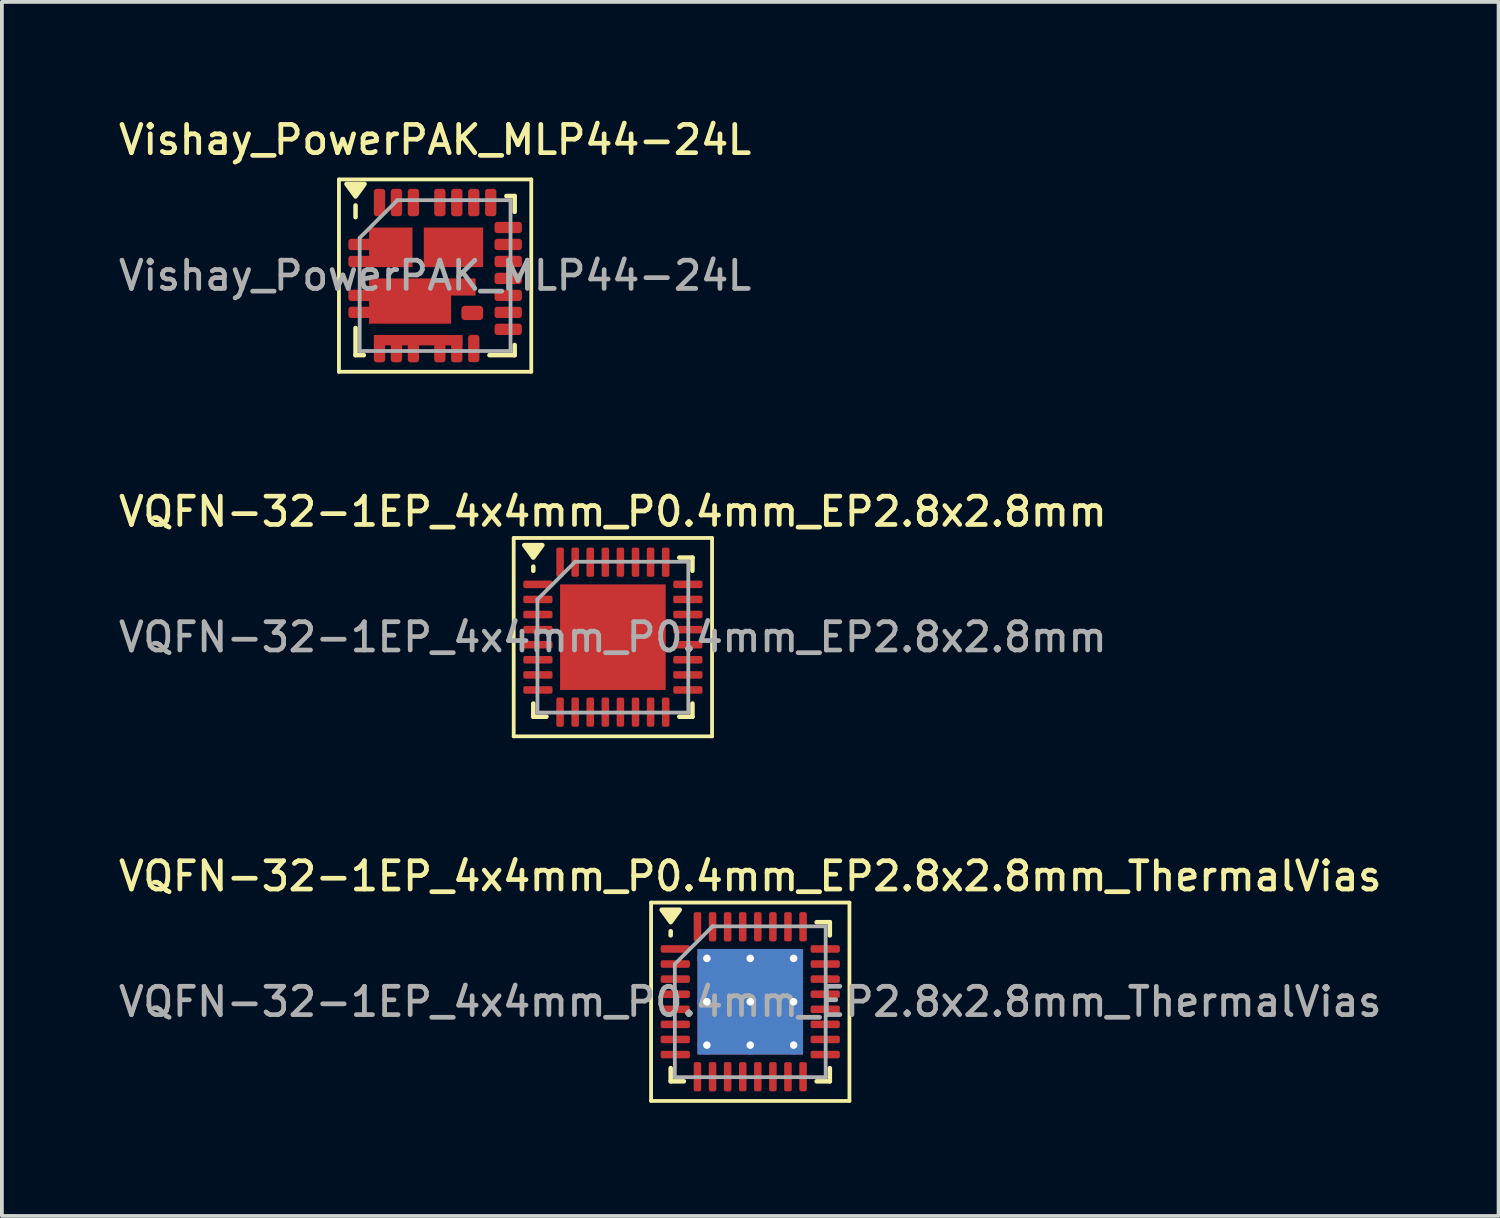
<source format=kicad_pcb>
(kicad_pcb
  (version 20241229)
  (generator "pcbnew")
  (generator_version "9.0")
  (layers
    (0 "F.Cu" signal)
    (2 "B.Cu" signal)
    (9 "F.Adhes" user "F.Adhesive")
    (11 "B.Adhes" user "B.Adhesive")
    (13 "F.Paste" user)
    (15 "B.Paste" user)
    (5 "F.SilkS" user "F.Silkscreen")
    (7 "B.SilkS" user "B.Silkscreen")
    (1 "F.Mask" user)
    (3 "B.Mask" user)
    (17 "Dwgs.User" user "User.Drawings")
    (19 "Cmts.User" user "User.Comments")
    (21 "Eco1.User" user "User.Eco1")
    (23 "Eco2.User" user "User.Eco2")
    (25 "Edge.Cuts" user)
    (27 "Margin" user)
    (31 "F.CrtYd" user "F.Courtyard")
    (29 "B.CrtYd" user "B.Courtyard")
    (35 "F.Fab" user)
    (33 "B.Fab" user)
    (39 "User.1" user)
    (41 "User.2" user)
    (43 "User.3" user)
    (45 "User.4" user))
  (footprint "VQFN-32-1EP_4x4mm_P0.4mm_EP2.8x2.8mm_ThermalVias"
    (layer "F.Cu")
    (at 16.845 23.514)
    (property "Reference" "VQFN-32-1EP_4x4mm_P0.4mm_EP2.8x2.8mm_ThermalVias" (at 0 -3.33 0) (layer "F.SilkS") (effects (font (size 0.75 0.75) (thickness 0.125))))
    (attr smd)
    (fp_line (start -2.63 -2.63) (end -2.63 2.63) (stroke (width 0.1) (type solid)) (layer "F.SilkS"))
    (fp_line (start -2.63 2.63) (end 2.63 2.63) (stroke (width 0.1) (type solid)) (layer "F.SilkS"))
    (fp_line (start -2.11 -1.76) (end -2.11 -1.87) (stroke (width 0.12) (type solid)) (layer "F.SilkS"))
    (fp_line (start -2.11 2.11) (end -2.11 1.76) (stroke (width 0.12) (type solid)) (layer "F.SilkS"))
    (fp_line (start -1.76 2.11) (end -2.11 2.11) (stroke (width 0.12) (type solid)) (layer "F.SilkS"))
    (fp_line (start 1.76 -2.11) (end 2.11 -2.11) (stroke (width 0.12) (type solid)) (layer "F.SilkS"))
    (fp_line (start 1.76 2.11) (end 2.11 2.11) (stroke (width 0.12) (type solid)) (layer "F.SilkS"))
    (fp_line (start 2.11 -2.11) (end 2.11 -1.76) (stroke (width 0.12) (type solid)) (layer "F.SilkS"))
    (fp_line (start 2.11 2.11) (end 2.11 1.76) (stroke (width 0.12) (type solid)) (layer "F.SilkS"))
    (fp_line (start 2.63 -2.63) (end -2.63 -2.63) (stroke (width 0.1) (type solid)) (layer "F.SilkS"))
    (fp_line (start 2.63 2.63) (end 2.63 -2.63) (stroke (width 0.1) (type solid)) (layer "F.SilkS"))
    (fp_poly (pts (xy -2.11 -2.11) (xy -2.35 -2.44) (xy -1.87 -2.44) (xy -2.11 -2.11)) (stroke (width 0.12) (type solid)) (fill yes) (layer "F.SilkS"))
    (fp_line (start -2 -1) (end -1 -2) (stroke (width 0.1) (type solid)) (layer "F.Fab"))
    (fp_line (start -2 2) (end -2 -1) (stroke (width 0.1) (type solid)) (layer "F.Fab"))
    (fp_line (start -1 -2) (end 2 -2) (stroke (width 0.1) (type solid)) (layer "F.Fab"))
    (fp_line (start 2 -2) (end 2 2) (stroke (width 0.1) (type solid)) (layer "F.Fab"))
    (fp_line (start 2 2) (end -2 2) (stroke (width 0.1) (type solid)) (layer "F.Fab"))
    (fp_text user "${REFERENCE}" (at 0 0 0) (layer "F.Fab") (effects (font (size 0.75 0.75) (thickness 0.125))))
    (pad "" smd roundrect (at -0.7 -0.7) (size 1.17 1.17) (layers "F.Paste") (roundrect_rratio 0.214))
    (pad "" smd roundrect (at -0.7 0.7) (size 1.17 1.17) (layers "F.Paste") (roundrect_rratio 0.214))
    (pad "" smd roundrect (at 0.7 -0.7) (size 1.17 1.17) (layers "F.Paste") (roundrect_rratio 0.214))
    (pad "" smd roundrect (at 0.7 0.7) (size 1.17 1.17) (layers "F.Paste") (roundrect_rratio 0.214))
    (pad "1" smd roundrect (at -1.988 -1.4) (size 0.775 0.2) (layers "F.Cu" "F.Mask" "F.Paste") (roundrect_rratio 0.25))
    (pad "2" smd roundrect (at -1.988 -1) (size 0.775 0.2) (layers "F.Cu" "F.Mask" "F.Paste") (roundrect_rratio 0.25))
    (pad "3" smd roundrect (at -1.988 -0.6) (size 0.775 0.2) (layers "F.Cu" "F.Mask" "F.Paste") (roundrect_rratio 0.25))
    (pad "4" smd roundrect (at -1.988 -0.2) (size 0.775 0.2) (layers "F.Cu" "F.Mask" "F.Paste") (roundrect_rratio 0.25))
    (pad "5" smd roundrect (at -1.988 0.2) (size 0.775 0.2) (layers "F.Cu" "F.Mask" "F.Paste") (roundrect_rratio 0.25))
    (pad "6" smd roundrect (at -1.988 0.6) (size 0.775 0.2) (layers "F.Cu" "F.Mask" "F.Paste") (roundrect_rratio 0.25))
    (pad "7" smd roundrect (at -1.988 1) (size 0.775 0.2) (layers "F.Cu" "F.Mask" "F.Paste") (roundrect_rratio 0.25))
    (pad "8" smd roundrect (at -1.988 1.4) (size 0.775 0.2) (layers "F.Cu" "F.Mask" "F.Paste") (roundrect_rratio 0.25))
    (pad "9" smd roundrect (at -1.4 1.988) (size 0.2 0.775) (layers "F.Cu" "F.Mask" "F.Paste") (roundrect_rratio 0.25))
    (pad "10" smd roundrect (at -1 1.988) (size 0.2 0.775) (layers "F.Cu" "F.Mask" "F.Paste") (roundrect_rratio 0.25))
    (pad "11" smd roundrect (at -0.6 1.988) (size 0.2 0.775) (layers "F.Cu" "F.Mask" "F.Paste") (roundrect_rratio 0.25))
    (pad "12" smd roundrect (at -0.2 1.988) (size 0.2 0.775) (layers "F.Cu" "F.Mask" "F.Paste") (roundrect_rratio 0.25))
    (pad "13" smd roundrect (at 0.2 1.988) (size 0.2 0.775) (layers "F.Cu" "F.Mask" "F.Paste") (roundrect_rratio 0.25))
    (pad "14" smd roundrect (at 0.6 1.988) (size 0.2 0.775) (layers "F.Cu" "F.Mask" "F.Paste") (roundrect_rratio 0.25))
    (pad "15" smd roundrect (at 1 1.988) (size 0.2 0.775) (layers "F.Cu" "F.Mask" "F.Paste") (roundrect_rratio 0.25))
    (pad "16" smd roundrect (at 1.4 1.988) (size 0.2 0.775) (layers "F.Cu" "F.Mask" "F.Paste") (roundrect_rratio 0.25))
    (pad "17" smd roundrect (at 1.988 1.4) (size 0.775 0.2) (layers "F.Cu" "F.Mask" "F.Paste") (roundrect_rratio 0.25))
    (pad "18" smd roundrect (at 1.988 1) (size 0.775 0.2) (layers "F.Cu" "F.Mask" "F.Paste") (roundrect_rratio 0.25))
    (pad "19" smd roundrect (at 1.988 0.6) (size 0.775 0.2) (layers "F.Cu" "F.Mask" "F.Paste") (roundrect_rratio 0.25))
    (pad "20" smd roundrect (at 1.988 0.2) (size 0.775 0.2) (layers "F.Cu" "F.Mask" "F.Paste") (roundrect_rratio 0.25))
    (pad "21" smd roundrect (at 1.988 -0.2) (size 0.775 0.2) (layers "F.Cu" "F.Mask" "F.Paste") (roundrect_rratio 0.25))
    (pad "22" smd roundrect (at 1.988 -0.6) (size 0.775 0.2) (layers "F.Cu" "F.Mask" "F.Paste") (roundrect_rratio 0.25))
    (pad "23" smd roundrect (at 1.988 -1) (size 0.775 0.2) (layers "F.Cu" "F.Mask" "F.Paste") (roundrect_rratio 0.25))
    (pad "24" smd roundrect (at 1.988 -1.4) (size 0.775 0.2) (layers "F.Cu" "F.Mask" "F.Paste") (roundrect_rratio 0.25))
    (pad "25" smd roundrect (at 1.4 -1.988) (size 0.2 0.775) (layers "F.Cu" "F.Mask" "F.Paste") (roundrect_rratio 0.25))
    (pad "26" smd roundrect (at 1 -1.988) (size 0.2 0.775) (layers "F.Cu" "F.Mask" "F.Paste") (roundrect_rratio 0.25))
    (pad "27" smd roundrect (at 0.6 -1.988) (size 0.2 0.775) (layers "F.Cu" "F.Mask" "F.Paste") (roundrect_rratio 0.25))
    (pad "28" smd roundrect (at 0.2 -1.988) (size 0.2 0.775) (layers "F.Cu" "F.Mask" "F.Paste") (roundrect_rratio 0.25))
    (pad "29" smd roundrect (at -0.2 -1.988) (size 0.2 0.775) (layers "F.Cu" "F.Mask" "F.Paste") (roundrect_rratio 0.25))
    (pad "30" smd roundrect (at -0.6 -1.988) (size 0.2 0.775) (layers "F.Cu" "F.Mask" "F.Paste") (roundrect_rratio 0.25))
    (pad "31" smd roundrect (at -1 -1.988) (size 0.2 0.775) (layers "F.Cu" "F.Mask" "F.Paste") (roundrect_rratio 0.25))
    (pad "32" smd roundrect (at -1.4 -1.988) (size 0.2 0.775) (layers "F.Cu" "F.Mask" "F.Paste") (roundrect_rratio 0.25))
    (pad "33" thru_hole circle (at -1.15 -1.15) (size 0.5 0.5) (drill 0.2) (property pad_prop_heatsink) (layers "*.Cu"))
    (pad "33" thru_hole circle (at -1.15 0) (size 0.5 0.5) (drill 0.2) (property pad_prop_heatsink) (layers "*.Cu"))
    (pad "33" thru_hole circle (at -1.15 1.15) (size 0.5 0.5) (drill 0.2) (property pad_prop_heatsink) (layers "*.Cu"))
    (pad "33" thru_hole circle (at 0 -1.15) (size 0.5 0.5) (drill 0.2) (property pad_prop_heatsink) (layers "*.Cu"))
    (pad "33" thru_hole circle (at 0 0) (size 0.5 0.5) (drill 0.2) (property pad_prop_heatsink) (layers "*.Cu"))
    (pad "33" smd rect (at 0 0) (size 2.8 2.8) (property pad_prop_heatsink) (layers "F.Cu" "F.Mask"))
    (pad "33" smd rect (at 0 0) (size 2.8 2.8) (property pad_prop_heatsink) (layers "B.Cu"))
    (pad "33" thru_hole circle (at 0 1.15) (size 0.5 0.5) (drill 0.2) (property pad_prop_heatsink) (layers "*.Cu"))
    (pad "33" thru_hole circle (at 1.15 -1.15) (size 0.5 0.5) (drill 0.2) (property pad_prop_heatsink) (layers "*.Cu"))
    (pad "33" thru_hole circle (at 1.15 0) (size 0.5 0.5) (drill 0.2) (property pad_prop_heatsink) (layers "*.Cu"))
    (pad "33" thru_hole circle (at 1.15 1.15) (size 0.5 0.5) (drill 0.2) (property pad_prop_heatsink) (layers "*.Cu")))
  (footprint "Vishay_PowerPAK_MLP44-24L"
    (layer "F.Cu")
    (at 8.488 4.258)
    (property "Reference" "Vishay_PowerPAK_MLP44-24L" (at 0 -3.6 0) (layer "F.SilkS") (effects (font (size 0.75 0.75) (thickness 0.125))))
    (attr smd)
    (fp_line (start -2.55 -2.55) (end 2.55 -2.55) (stroke (width 0.1) (type solid)) (layer "F.SilkS"))
    (fp_line (start -2.55 2.55) (end -2.55 -2.55) (stroke (width 0.1) (type solid)) (layer "F.SilkS"))
    (fp_line (start -2.11 -1.55) (end -2.11 -1.86) (stroke (width 0.12) (type solid)) (layer "F.SilkS"))
    (fp_line (start -2.11 2.11) (end -2.11 1.39) (stroke (width 0.12) (type solid)) (layer "F.SilkS"))
    (fp_line (start -1.89 2.11) (end -2.11 2.11) (stroke (width 0.12) (type solid)) (layer "F.SilkS"))
    (fp_line (start 1.44 2.11) (end 2.11 2.11) (stroke (width 0.12) (type solid)) (layer "F.SilkS"))
    (fp_line (start 1.89 -2.11) (end 2.11 -2.11) (stroke (width 0.12) (type solid)) (layer "F.SilkS"))
    (fp_line (start 2.11 -2.11) (end 2.11 -1.69) (stroke (width 0.12) (type solid)) (layer "F.SilkS"))
    (fp_line (start 2.11 2.11) (end 2.11 1.84) (stroke (width 0.12) (type solid)) (layer "F.SilkS"))
    (fp_line (start 2.55 -2.55) (end 2.55 2.55) (stroke (width 0.1) (type solid)) (layer "F.SilkS"))
    (fp_line (start 2.55 2.55) (end -2.55 2.55) (stroke (width 0.1) (type solid)) (layer "F.SilkS"))
    (fp_poly (pts (xy -2.11 -2.1) (xy -2.35 -2.43) (xy -1.87 -2.43) (xy -2.11 -2.1)) (stroke (width 0.12) (type solid)) (fill yes) (layer "F.SilkS"))
    (fp_line (start -2 -1) (end -2 2) (stroke (width 0.1) (type solid)) (layer "F.Fab"))
    (fp_line (start -2 2) (end 2 2) (stroke (width 0.1) (type solid)) (layer "F.Fab"))
    (fp_line (start -1 -2) (end -2 -1) (stroke (width 0.1) (type solid)) (layer "F.Fab"))
    (fp_line (start 2 -2) (end -1 -2) (stroke (width 0.1) (type solid)) (layer "F.Fab"))
    (fp_line (start 2 2) (end 2 -2) (stroke (width 0.1) (type solid)) (layer "F.Fab"))
    (fp_text user "${REFERENCE}" (at 0 0 0) (layer "F.Fab") (effects (font (size 0.75 0.75) (thickness 0.125))))
    (pad "1" smd roundrect (at -1.938 -0.825 90) (size 0.3 0.725) (layers "F.Cu" "F.Mask" "F.Paste") (roundrect_rratio 0.25))
    (pad "2" smd roundrect (at -1.938 -0.375 90) (size 0.3 0.725) (layers "F.Cu" "F.Mask" "F.Paste") (roundrect_rratio 0.25))
    (pad "3" smd roundrect (at -1.938 0.525 90) (size 0.3 0.725) (layers "F.Cu" "F.Mask" "F.Paste") (roundrect_rratio 0.25))
    (pad "4" smd roundrect (at -1.938 0.975 90) (size 0.3 0.725) (layers "F.Cu" "F.Mask" "F.Paste") (roundrect_rratio 0.25))
    (pad "5" smd custom (at -1.475 1.938) (size 0.3 0.725) (layers "F.Cu" "F.Mask" "F.Paste") (options (anchor circle)) (primitives (gr_poly (pts (xy -0.15 -0.287) (xy -0.144 -0.316) (xy -0.128 -0.341) (xy -0.104 -0.357) (xy -0.075 -0.362) (xy 0.075 -0.362) (xy 0.104 -0.357) (xy 0.128 -0.341) (xy 0.144 -0.316) (xy 0.15 -0.287) (xy 0.15 0.287) (xy 0.144 0.316) (xy 0.128 0.341) (xy 0.104 0.357) (xy 0.075 0.362) (xy -0.075 0.362) (xy -0.104 0.357) (xy -0.128 0.341) (xy -0.144 0.316) (xy -0.15 0.287)) (width 0) (fill yes)) (gr_poly (pts (xy -0.15 -0.362) (xy 2.2 -0.362) (xy 2.2 -0.087) (xy -0.15 -0.087)) (width 0) (fill yes))))
    (pad "6" smd roundrect (at -1.025 1.938) (size 0.3 0.725) (layers "F.Cu" "F.Mask" "F.Paste") (roundrect_rratio 0.25))
    (pad "7" smd roundrect (at -0.575 1.938) (size 0.3 0.725) (layers "F.Cu" "F.Mask" "F.Paste") (roundrect_rratio 0.25))
    (pad "8" smd roundrect (at 0.125 1.938) (size 0.3 0.725) (layers "F.Cu" "F.Mask" "F.Paste") (roundrect_rratio 0.25))
    (pad "9" smd roundrect (at 0.575 1.938) (size 0.3 0.725) (layers "F.Cu" "F.Mask" "F.Paste") (roundrect_rratio 0.25))
    (pad "10" smd roundrect (at 1.025 1.935) (size 0.3 0.725) (layers "F.Cu" "F.Mask" "F.Paste") (roundrect_rratio 0.25))
    (pad "11" smd roundrect (at 1.938 1.425 90) (size 0.3 0.725) (layers "F.Cu" "F.Mask" "F.Paste") (roundrect_rratio 0.25))
    (pad "12" smd roundrect (at 1.938 0.975 90) (size 0.3 0.725) (layers "F.Cu" "F.Mask" "F.Paste") (roundrect_rratio 0.25))
    (pad "13" smd roundrect (at 1.938 0.525 90) (size 0.3 0.725) (layers "F.Cu" "F.Mask" "F.Paste") (roundrect_rratio 0.25))
    (pad "14" smd roundrect (at 1.938 0.075 90) (size 0.3 0.725) (layers "F.Cu" "F.Mask" "F.Paste") (roundrect_rratio 0.25))
    (pad "15" smd roundrect (at 1.938 -0.375 90) (size 0.3 0.725) (layers "F.Cu" "F.Mask" "F.Paste") (roundrect_rratio 0.25))
    (pad "16" smd roundrect (at 1.938 -0.825 90) (size 0.3 0.725) (layers "F.Cu" "F.Mask" "F.Paste") (roundrect_rratio 0.25))
    (pad "17" smd roundrect (at 1.938 -1.275 90) (size 0.3 0.725) (layers "F.Cu" "F.Mask" "F.Paste") (roundrect_rratio 0.25))
    (pad "18" smd roundrect (at 1.475 -1.938) (size 0.3 0.725) (layers "F.Cu" "F.Mask" "F.Paste") (roundrect_rratio 0.25))
    (pad "19" smd roundrect (at 1.025 -1.938) (size 0.3 0.725) (layers "F.Cu" "F.Mask" "F.Paste") (roundrect_rratio 0.25))
    (pad "20" smd roundrect (at 0.575 -1.938) (size 0.3 0.725) (layers "F.Cu" "F.Mask" "F.Paste") (roundrect_rratio 0.25))
    (pad "21" smd roundrect (at 0.125 -1.938) (size 0.3 0.725) (layers "F.Cu" "F.Mask" "F.Paste") (roundrect_rratio 0.25))
    (pad "22" smd roundrect (at -0.575 -1.938) (size 0.3 0.725) (layers "F.Cu" "F.Mask" "F.Paste") (roundrect_rratio 0.25))
    (pad "23" smd roundrect (at -1.025 -1.938) (size 0.3 0.725) (layers "F.Cu" "F.Mask" "F.Paste") (roundrect_rratio 0.25))
    (pad "24" smd roundrect (at -1.475 -1.938) (size 0.3 0.725) (layers "F.Cu" "F.Mask" "F.Paste") (roundrect_rratio 0.25))
    (pad "25" smd rect (at 0.487 -0.75 180) (size 1.575 1.05) (layers "F.Cu" "F.Mask" "F.Paste"))
    (pad "26" smd rect (at -1.175 -0.75 180) (size 1.15 1.05) (layers "F.Cu" "F.Mask" "F.Paste"))
    (pad "27" smd custom (at -0.75 0.775) (size 0.75 0.75) (layers "F.Cu" "F.Mask" "F.Paste") (options (anchor rect)) (primitives (gr_poly (pts (xy -1 0.5) (xy -1 -0.7) (xy 1.825 -0.7) (xy 1.825 -0.245) (xy 1.175 -0.245) (xy 1.175 0.5)) (width 0) (fill yes))))
    (pad "28" smd roundrect (at 0.985 0.99 180) (size 0.58 0.38) (layers "F.Cu" "F.Mask" "F.Paste") (roundrect_rratio 0.25)))
  (footprint "VQFN-32-1EP_4x4mm_P0.4mm_EP2.8x2.8mm"
    (layer "F.Cu")
    (at 13.202 13.846)
    (property "Reference" "VQFN-32-1EP_4x4mm_P0.4mm_EP2.8x2.8mm" (at 0 -3.33 0) (layer "F.SilkS") (effects (font (size 0.75 0.75) (thickness 0.125))))
    (attr smd)
    (fp_line (start -2.63 -2.63) (end -2.63 2.63) (stroke (width 0.1) (type solid)) (layer "F.SilkS"))
    (fp_line (start -2.63 2.63) (end 2.63 2.63) (stroke (width 0.1) (type solid)) (layer "F.SilkS"))
    (fp_line (start -2.11 -1.76) (end -2.11 -1.87) (stroke (width 0.12) (type solid)) (layer "F.SilkS"))
    (fp_line (start -2.11 2.11) (end -2.11 1.76) (stroke (width 0.12) (type solid)) (layer "F.SilkS"))
    (fp_line (start -1.76 2.11) (end -2.11 2.11) (stroke (width 0.12) (type solid)) (layer "F.SilkS"))
    (fp_line (start 1.76 -2.11) (end 2.11 -2.11) (stroke (width 0.12) (type solid)) (layer "F.SilkS"))
    (fp_line (start 1.76 2.11) (end 2.11 2.11) (stroke (width 0.12) (type solid)) (layer "F.SilkS"))
    (fp_line (start 2.11 -2.11) (end 2.11 -1.76) (stroke (width 0.12) (type solid)) (layer "F.SilkS"))
    (fp_line (start 2.11 2.11) (end 2.11 1.76) (stroke (width 0.12) (type solid)) (layer "F.SilkS"))
    (fp_line (start 2.63 -2.63) (end -2.63 -2.63) (stroke (width 0.1) (type solid)) (layer "F.SilkS"))
    (fp_line (start 2.63 2.63) (end 2.63 -2.63) (stroke (width 0.1) (type solid)) (layer "F.SilkS"))
    (fp_poly (pts (xy -2.11 -2.11) (xy -2.35 -2.44) (xy -1.87 -2.44) (xy -2.11 -2.11)) (stroke (width 0.12) (type solid)) (fill yes) (layer "F.SilkS"))
    (fp_line (start -2 -1) (end -1 -2) (stroke (width 0.1) (type solid)) (layer "F.Fab"))
    (fp_line (start -2 2) (end -2 -1) (stroke (width 0.1) (type solid)) (layer "F.Fab"))
    (fp_line (start -1 -2) (end 2 -2) (stroke (width 0.1) (type solid)) (layer "F.Fab"))
    (fp_line (start 2 -2) (end 2 2) (stroke (width 0.1) (type solid)) (layer "F.Fab"))
    (fp_line (start 2 2) (end -2 2) (stroke (width 0.1) (type solid)) (layer "F.Fab"))
    (fp_text user "${REFERENCE}" (at 0 0 0) (layer "F.Fab") (effects (font (size 0.75 0.75) (thickness 0.125))))
    (pad "" smd roundrect (at -0.7 -0.7) (size 1.13 1.13) (layers "F.Paste") (roundrect_rratio 0.221))
    (pad "" smd roundrect (at -0.7 0.7) (size 1.13 1.13) (layers "F.Paste") (roundrect_rratio 0.221))
    (pad "" smd roundrect (at 0.7 -0.7) (size 1.13 1.13) (layers "F.Paste") (roundrect_rratio 0.221))
    (pad "" smd roundrect (at 0.7 0.7) (size 1.13 1.13) (layers "F.Paste") (roundrect_rratio 0.221))
    (pad "1" smd roundrect (at -1.988 -1.4) (size 0.775 0.2) (layers "F.Cu" "F.Mask" "F.Paste") (roundrect_rratio 0.25))
    (pad "2" smd roundrect (at -1.988 -1) (size 0.775 0.2) (layers "F.Cu" "F.Mask" "F.Paste") (roundrect_rratio 0.25))
    (pad "3" smd roundrect (at -1.988 -0.6) (size 0.775 0.2) (layers "F.Cu" "F.Mask" "F.Paste") (roundrect_rratio 0.25))
    (pad "4" smd roundrect (at -1.988 -0.2) (size 0.775 0.2) (layers "F.Cu" "F.Mask" "F.Paste") (roundrect_rratio 0.25))
    (pad "5" smd roundrect (at -1.988 0.2) (size 0.775 0.2) (layers "F.Cu" "F.Mask" "F.Paste") (roundrect_rratio 0.25))
    (pad "6" smd roundrect (at -1.988 0.6) (size 0.775 0.2) (layers "F.Cu" "F.Mask" "F.Paste") (roundrect_rratio 0.25))
    (pad "7" smd roundrect (at -1.988 1) (size 0.775 0.2) (layers "F.Cu" "F.Mask" "F.Paste") (roundrect_rratio 0.25))
    (pad "8" smd roundrect (at -1.988 1.4) (size 0.775 0.2) (layers "F.Cu" "F.Mask" "F.Paste") (roundrect_rratio 0.25))
    (pad "9" smd roundrect (at -1.4 1.988) (size 0.2 0.775) (layers "F.Cu" "F.Mask" "F.Paste") (roundrect_rratio 0.25))
    (pad "10" smd roundrect (at -1 1.988) (size 0.2 0.775) (layers "F.Cu" "F.Mask" "F.Paste") (roundrect_rratio 0.25))
    (pad "11" smd roundrect (at -0.6 1.988) (size 0.2 0.775) (layers "F.Cu" "F.Mask" "F.Paste") (roundrect_rratio 0.25))
    (pad "12" smd roundrect (at -0.2 1.988) (size 0.2 0.775) (layers "F.Cu" "F.Mask" "F.Paste") (roundrect_rratio 0.25))
    (pad "13" smd roundrect (at 0.2 1.988) (size 0.2 0.775) (layers "F.Cu" "F.Mask" "F.Paste") (roundrect_rratio 0.25))
    (pad "14" smd roundrect (at 0.6 1.988) (size 0.2 0.775) (layers "F.Cu" "F.Mask" "F.Paste") (roundrect_rratio 0.25))
    (pad "15" smd roundrect (at 1 1.988) (size 0.2 0.775) (layers "F.Cu" "F.Mask" "F.Paste") (roundrect_rratio 0.25))
    (pad "16" smd roundrect (at 1.4 1.988) (size 0.2 0.775) (layers "F.Cu" "F.Mask" "F.Paste") (roundrect_rratio 0.25))
    (pad "17" smd roundrect (at 1.988 1.4) (size 0.775 0.2) (layers "F.Cu" "F.Mask" "F.Paste") (roundrect_rratio 0.25))
    (pad "18" smd roundrect (at 1.988 1) (size 0.775 0.2) (layers "F.Cu" "F.Mask" "F.Paste") (roundrect_rratio 0.25))
    (pad "19" smd roundrect (at 1.988 0.6) (size 0.775 0.2) (layers "F.Cu" "F.Mask" "F.Paste") (roundrect_rratio 0.25))
    (pad "20" smd roundrect (at 1.988 0.2) (size 0.775 0.2) (layers "F.Cu" "F.Mask" "F.Paste") (roundrect_rratio 0.25))
    (pad "21" smd roundrect (at 1.988 -0.2) (size 0.775 0.2) (layers "F.Cu" "F.Mask" "F.Paste") (roundrect_rratio 0.25))
    (pad "22" smd roundrect (at 1.988 -0.6) (size 0.775 0.2) (layers "F.Cu" "F.Mask" "F.Paste") (roundrect_rratio 0.25))
    (pad "23" smd roundrect (at 1.988 -1) (size 0.775 0.2) (layers "F.Cu" "F.Mask" "F.Paste") (roundrect_rratio 0.25))
    (pad "24" smd roundrect (at 1.988 -1.4) (size 0.775 0.2) (layers "F.Cu" "F.Mask" "F.Paste") (roundrect_rratio 0.25))
    (pad "25" smd roundrect (at 1.4 -1.988) (size 0.2 0.775) (layers "F.Cu" "F.Mask" "F.Paste") (roundrect_rratio 0.25))
    (pad "26" smd roundrect (at 1 -1.988) (size 0.2 0.775) (layers "F.Cu" "F.Mask" "F.Paste") (roundrect_rratio 0.25))
    (pad "27" smd roundrect (at 0.6 -1.988) (size 0.2 0.775) (layers "F.Cu" "F.Mask" "F.Paste") (roundrect_rratio 0.25))
    (pad "28" smd roundrect (at 0.2 -1.988) (size 0.2 0.775) (layers "F.Cu" "F.Mask" "F.Paste") (roundrect_rratio 0.25))
    (pad "29" smd roundrect (at -0.2 -1.988) (size 0.2 0.775) (layers "F.Cu" "F.Mask" "F.Paste") (roundrect_rratio 0.25))
    (pad "30" smd roundrect (at -0.6 -1.988) (size 0.2 0.775) (layers "F.Cu" "F.Mask" "F.Paste") (roundrect_rratio 0.25))
    (pad "31" smd roundrect (at -1 -1.988) (size 0.2 0.775) (layers "F.Cu" "F.Mask" "F.Paste") (roundrect_rratio 0.25))
    (pad "32" smd roundrect (at -1.4 -1.988) (size 0.2 0.775) (layers "F.Cu" "F.Mask" "F.Paste") (roundrect_rratio 0.25))
    (pad "33" smd rect (at 0 0) (size 2.8 2.8) (property pad_prop_heatsink) (layers "F.Cu" "F.Mask")))
  (gr_rect
    (start -3 -3)
    (end 36.689 29.194)
    (stroke (width 0.1) (type default))
    (fill no)
    (layer "Edge.Cuts")))
</source>
